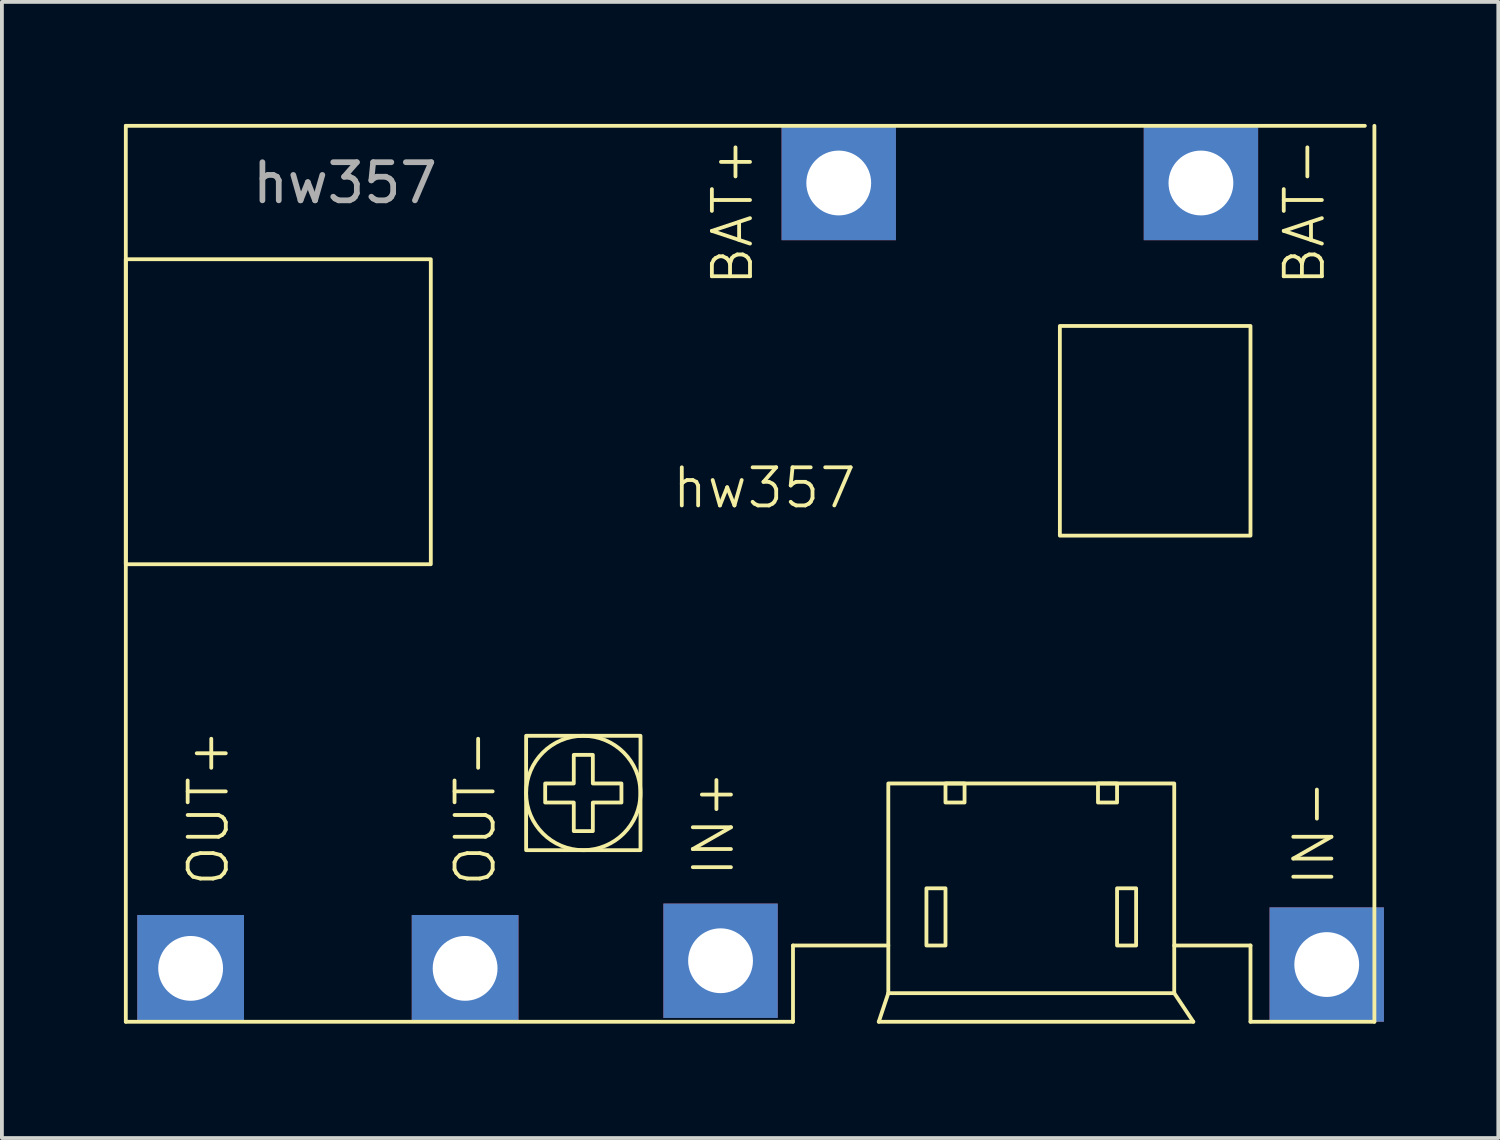
<source format=kicad_pcb>
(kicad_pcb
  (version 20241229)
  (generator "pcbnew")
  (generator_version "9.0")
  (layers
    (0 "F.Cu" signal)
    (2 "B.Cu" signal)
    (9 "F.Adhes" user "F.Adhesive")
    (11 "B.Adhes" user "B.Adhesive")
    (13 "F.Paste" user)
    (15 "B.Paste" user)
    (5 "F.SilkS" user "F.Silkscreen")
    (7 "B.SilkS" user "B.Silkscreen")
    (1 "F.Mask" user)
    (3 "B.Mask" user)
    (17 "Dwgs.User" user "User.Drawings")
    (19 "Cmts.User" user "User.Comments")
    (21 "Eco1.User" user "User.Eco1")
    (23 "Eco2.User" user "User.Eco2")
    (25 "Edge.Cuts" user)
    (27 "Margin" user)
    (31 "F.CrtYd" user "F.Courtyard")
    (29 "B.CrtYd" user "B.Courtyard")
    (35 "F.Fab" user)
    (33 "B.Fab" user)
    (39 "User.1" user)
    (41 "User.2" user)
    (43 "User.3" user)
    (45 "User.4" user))
  (footprint "hw357"
    (layer "F.Cu")
    (at 0.25 0.25)
    (property "Reference" "hw357" (at 16.75 9.5 0) (unlocked yes) (layer "F.SilkS") (effects (font (size 1 1) (thickness 0.1))))
    (attr through_hole)
    (fp_line (start 0 0) (end 32.5 0) (stroke (width 0.1) (type default)) (layer "F.SilkS"))
    (fp_line (start 0 23.5) (end 0 0) (stroke (width 0.1) (type default)) (layer "F.SilkS"))
    (fp_line (start 17.5 23.5) (end 0 23.5) (stroke (width 0.1) (type default)) (layer "F.SilkS"))
    (fp_line (start 17.5 23.5) (end 17.5 21.5) (stroke (width 0.1) (type default)) (layer "F.SilkS"))
    (fp_line (start 19.75 23.5) (end 28 23.5) (stroke (width 0.1) (type default)) (layer "F.SilkS"))
    (fp_line (start 20 21.5) (end 17.5 21.5) (stroke (width 0.1) (type default)) (layer "F.SilkS"))
    (fp_line (start 20 22.75) (end 19.75 23.5) (stroke (width 0.1) (type default)) (layer "F.SilkS"))
    (fp_line (start 28 23.5) (end 27.5 22.75) (stroke (width 0.1) (type default)) (layer "F.SilkS"))
    (fp_line (start 29.5 21.5) (end 27.5 21.5) (stroke (width 0.1) (type default)) (layer "F.SilkS"))
    (fp_line (start 29.5 23.5) (end 29.5 21.5) (stroke (width 0.1) (type default)) (layer "F.SilkS"))
    (fp_line (start 32.75 0) (end 32.75 23.5) (stroke (width 0.1) (type default)) (layer "F.SilkS"))
    (fp_line (start 32.75 23.5) (end 29.5 23.5) (stroke (width 0.1) (type default)) (layer "F.SilkS"))
    (fp_rect (start 0 3.5) (end 8 11.5) (stroke (width 0.1) (type default)) (fill no) (layer "F.SilkS"))
    (fp_rect (start 10.5 16) (end 13.5 19) (stroke (width 0.1) (type default)) (fill no) (layer "F.SilkS"))
    (fp_rect (start 20 17.25) (end 27.5 22.75) (stroke (width 0.1) (type default)) (fill no) (layer "F.SilkS"))
    (fp_rect (start 21 20) (end 21.5 21.5) (stroke (width 0.1) (type default)) (fill no) (layer "F.SilkS"))
    (fp_rect (start 21.5 17.25) (end 22 17.75) (stroke (width 0.1) (type default)) (fill no) (layer "F.SilkS"))
    (fp_rect (start 24.5 5.25) (end 29.5 10.75) (stroke (width 0.1) (type default)) (fill no) (layer "F.SilkS"))
    (fp_rect (start 25.5 17.25) (end 26 17.75) (stroke (width 0.1) (type default)) (fill no) (layer "F.SilkS"))
    (fp_rect (start 26 20) (end 26.5 21.5) (stroke (width 0.1) (type default)) (fill no) (layer "F.SilkS"))
    (fp_circle (center 12 17.5) (end 13.5 17.5) (stroke (width 0.1) (type default)) (fill no) (layer "F.SilkS"))
    (fp_poly (pts (xy 11.75 16.5) (xy 12.25 16.5) (xy 12.25 17.25) (xy 13 17.25) (xy 13 17.75) (xy 12.25 17.75) (xy 12.25 18.5) (xy 11.75 18.5) (xy 11.75 17.75) (xy 11 17.75) (xy 11 17.25) (xy 11.75 17.25)) (stroke (width 0.1) (type solid)) (fill no) (layer "F.SilkS"))
    (fp_text user "OUT-" (at 9.75 20 90) (unlocked yes) (layer "F.SilkS") (effects (font (size 1 1) (thickness 0.1)) (justify left bottom)))
    (fp_text user "OUT+" (at 2.75 20 90) (unlocked yes) (layer "F.SilkS") (effects (font (size 1 1) (thickness 0.1)) (justify left bottom)))
    (fp_text user "IN-" (at 31.75 20 90) (unlocked yes) (layer "F.SilkS") (effects (font (size 1 1) (thickness 0.1)) (justify left bottom)))
    (fp_text user "IN+" (at 16 19.75 90) (unlocked yes) (layer "F.SilkS") (effects (font (size 1 1) (thickness 0.1)) (justify left bottom)))
    (fp_text user "BAT+" (at 16.5 4.25 90) (unlocked yes) (layer "F.SilkS") (effects (font (size 1 1) (thickness 0.1)) (justify left bottom)))
    (fp_text user "BAT-" (at 31.5 4.25 90) (unlocked yes) (layer "F.SilkS") (effects (font (size 1 1) (thickness 0.1)) (justify left bottom)))
    (fp_text user "${REFERENCE}" (at 5.75 1.5 0) (unlocked yes) (layer "F.Fab") (effects (font (size 1 1) (thickness 0.15))))
    (pad "1" thru_hole rect (at 15.6 21.9) (size 3 3) (drill 1.7) (layers "*.Cu" "*.Mask"))
    (pad "2" thru_hole rect (at 31.5 22) (size 3 3) (drill 1.7) (layers "*.Cu" "*.Mask"))
    (pad "3" thru_hole rect (at 1.7 22.1) (size 2.8 2.8) (drill 1.7) (layers "*.Cu" "*.Mask"))
    (pad "4" thru_hole rect (at 8.9 22.1) (size 2.8 2.8) (drill 1.7) (layers "*.Cu" "*.Mask"))
    (pad "5" thru_hole rect (at 18.7 1.5) (size 3 3) (drill 1.7) (layers "*.Cu" "*.Mask"))
    (pad "6" thru_hole rect (at 28.2 1.5) (size 3 3) (drill 1.7) (layers "*.Cu" "*.Mask")))
  (gr_rect
    (start -3 -3)
    (end 36.25 26.8)
    (stroke (width 0.1) (type default))
    (fill no)
    (layer "Edge.Cuts")))
</source>
